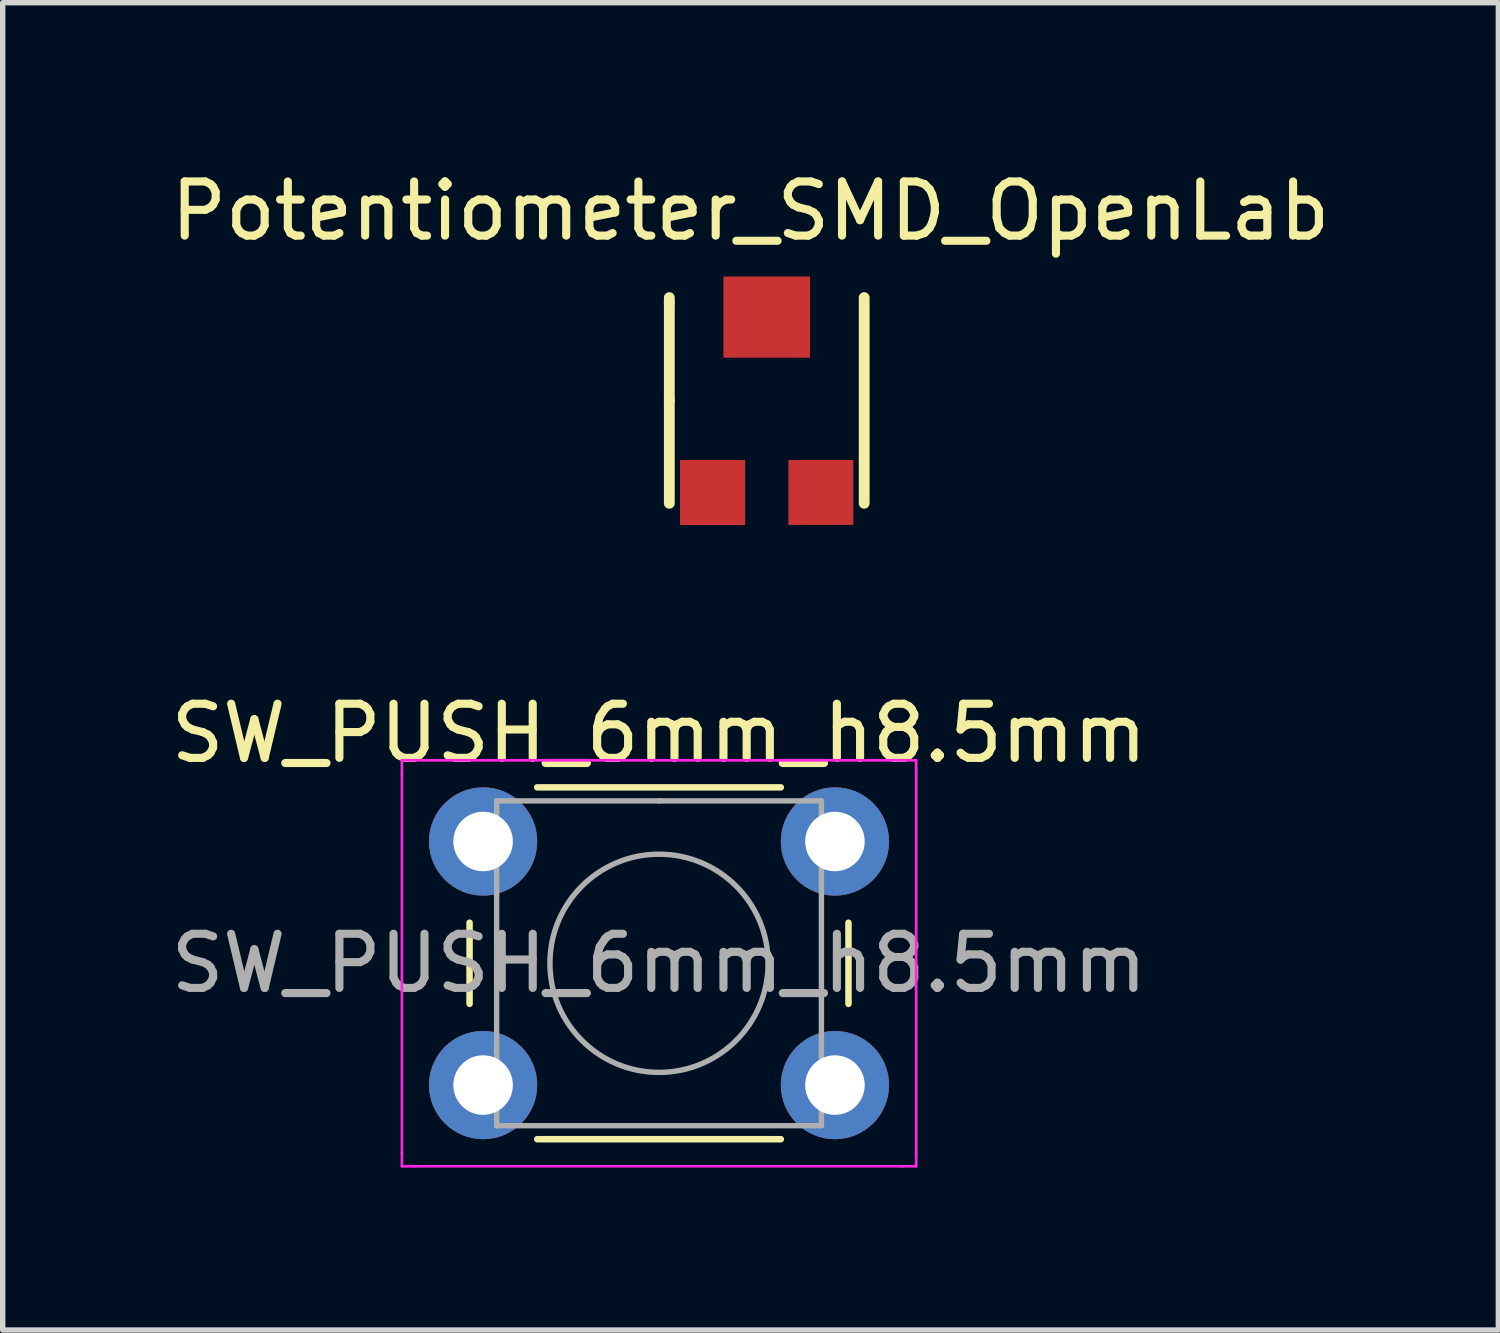
<source format=kicad_pcb>
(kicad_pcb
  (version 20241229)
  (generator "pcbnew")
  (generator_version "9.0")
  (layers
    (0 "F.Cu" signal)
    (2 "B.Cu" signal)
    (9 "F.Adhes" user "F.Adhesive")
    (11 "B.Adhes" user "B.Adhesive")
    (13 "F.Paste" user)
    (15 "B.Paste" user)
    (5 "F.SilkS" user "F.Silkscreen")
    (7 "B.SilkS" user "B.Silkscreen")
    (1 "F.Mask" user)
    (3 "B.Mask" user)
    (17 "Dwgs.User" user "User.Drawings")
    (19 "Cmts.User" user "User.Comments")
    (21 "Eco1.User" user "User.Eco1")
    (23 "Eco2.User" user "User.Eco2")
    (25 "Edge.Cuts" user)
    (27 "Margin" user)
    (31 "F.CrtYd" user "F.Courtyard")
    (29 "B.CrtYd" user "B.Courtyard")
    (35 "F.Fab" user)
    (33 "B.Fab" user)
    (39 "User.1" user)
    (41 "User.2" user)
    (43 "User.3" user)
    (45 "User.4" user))
  (footprint "Potentiometer_SMD_OpenLab"
    (layer "F.Cu")
    (at 11.115 4.848)
    (property "Reference" "Potentiometer_SMD_OpenLab" (at -0.3 -4 0) (layer "F.SilkS") (effects (font (size 1 1) (thickness 0.15))))
    (attr through_hole)
    (fp_line (start -1.8 -2.4) (end -1.8 -2.3) (stroke (width 0.2) (type solid)) (layer "F.SilkS"))
    (fp_line (start -1.8 -2.3) (end -1.8 -2.4) (stroke (width 0.05) (type solid)) (layer "F.SilkS"))
    (fp_line (start -1.8 -2.3) (end -1.8 -2.4) (stroke (width 0.05) (type solid)) (layer "F.SilkS"))
    (fp_line (start -1.8 -2.3) (end -1.8 -2.4) (stroke (width 0.05) (type solid)) (layer "F.SilkS"))
    (fp_line (start -1.8 -2.3) (end -1.8 -2.4) (stroke (width 0.05) (type solid)) (layer "F.SilkS"))
    (fp_line (start -1.8 -0.5) (end -1.8 -2.3) (stroke (width 0.05) (type solid)) (layer "F.SilkS"))
    (fp_line (start -1.8 -0.5) (end -1.8 -2.3) (stroke (width 0.05) (type solid)) (layer "F.SilkS"))
    (fp_line (start -1.8 -0.5) (end -1.8 -2.3) (stroke (width 0.05) (type solid)) (layer "F.SilkS"))
    (fp_line (start -1.8 -0.5) (end -1.8 -2.3) (stroke (width 0.2) (type solid)) (layer "F.SilkS"))
    (fp_line (start -1.8 -0.5) (end -1.8 1.4) (stroke (width 0.05) (type solid)) (layer "F.SilkS"))
    (fp_line (start -1.8 -0.5) (end -1.8 1.4) (stroke (width 0.2) (type solid)) (layer "F.SilkS"))
    (fp_line (start 1.8 -2.4) (end 1.8 1.4) (stroke (width 0.2) (type solid)) (layer "F.SilkS"))
    (pad "1" smd rect (at -1 1.2) (size 1.2 1.2) (layers "F.Cu" "F.Mask" "F.Paste"))
    (pad "1" smd rect (at -1 1.2) (size 1.2 1.2) (layers "F.Cu" "F.Mask" "F.Paste"))
    (pad "2" smd rect (at 0 -2.04) (size 1.6 1.5) (layers "F.Cu" "F.Mask" "F.Paste"))
    (pad "3" smd rect (at 1 1.2) (size 1.2 1.2) (layers "F.Cu" "F.Mask" "F.Paste")))
  (footprint "SW_PUSH_6mm_h8.5mm"
    (layer "F.Cu")
    (at 5.875 12.496)
    (property "Reference" "SW_PUSH_6mm_h8.5mm" (at 3.25 -2 0) (layer "F.SilkS") (effects (font (size 1 1) (thickness 0.15))))
    (attr through_hole)
    (fp_line (start -0.25 1.5) (end -0.25 3) (stroke (width 0.12) (type solid)) (layer "F.SilkS"))
    (fp_line (start 1 5.5) (end 5.5 5.5) (stroke (width 0.12) (type solid)) (layer "F.SilkS"))
    (fp_line (start 5.5 -1) (end 1 -1) (stroke (width 0.12) (type solid)) (layer "F.SilkS"))
    (fp_line (start 6.75 3) (end 6.75 1.5) (stroke (width 0.12) (type solid)) (layer "F.SilkS"))
    (fp_line (start -1.5 -1.5) (end -1.25 -1.5) (stroke (width 0.05) (type solid)) (layer "F.CrtYd"))
    (fp_line (start -1.5 -1.25) (end -1.5 -1.5) (stroke (width 0.05) (type solid)) (layer "F.CrtYd"))
    (fp_line (start -1.5 5.75) (end -1.5 -1.25) (stroke (width 0.05) (type solid)) (layer "F.CrtYd"))
    (fp_line (start -1.5 5.75) (end -1.5 6) (stroke (width 0.05) (type solid)) (layer "F.CrtYd"))
    (fp_line (start -1.5 6) (end -1.25 6) (stroke (width 0.05) (type solid)) (layer "F.CrtYd"))
    (fp_line (start -1.25 -1.5) (end 7.75 -1.5) (stroke (width 0.05) (type solid)) (layer "F.CrtYd"))
    (fp_line (start 7.75 -1.5) (end 8 -1.5) (stroke (width 0.05) (type solid)) (layer "F.CrtYd"))
    (fp_line (start 7.75 6) (end -1.25 6) (stroke (width 0.05) (type solid)) (layer "F.CrtYd"))
    (fp_line (start 7.75 6) (end 8 6) (stroke (width 0.05) (type solid)) (layer "F.CrtYd"))
    (fp_line (start 8 -1.5) (end 8 -1.25) (stroke (width 0.05) (type solid)) (layer "F.CrtYd"))
    (fp_line (start 8 -1.25) (end 8 5.75) (stroke (width 0.05) (type solid)) (layer "F.CrtYd"))
    (fp_line (start 8 6) (end 8 5.75) (stroke (width 0.05) (type solid)) (layer "F.CrtYd"))
    (fp_line (start 0.25 -0.75) (end 3.25 -0.75) (stroke (width 0.1) (type solid)) (layer "F.Fab"))
    (fp_line (start 0.25 5.25) (end 0.25 -0.75) (stroke (width 0.1) (type solid)) (layer "F.Fab"))
    (fp_line (start 3.25 -0.75) (end 6.25 -0.75) (stroke (width 0.1) (type solid)) (layer "F.Fab"))
    (fp_line (start 6.25 -0.75) (end 6.25 5.25) (stroke (width 0.1) (type solid)) (layer "F.Fab"))
    (fp_line (start 6.25 5.25) (end 0.25 5.25) (stroke (width 0.1) (type solid)) (layer "F.Fab"))
    (fp_circle (center 3.25 2.25) (end 1.25 2.5) (stroke (width 0.1) (type solid)) (fill no) (layer "F.Fab"))
    (fp_text user "${REFERENCE}" (at 3.25 2.25 0) (layer "F.Fab") (effects (font (size 1 1) (thickness 0.15))))
    (pad "1" thru_hole circle (at 0 0 90) (size 2 2) (drill 1.1) (layers "*.Cu" "*.Mask"))
    (pad "1" thru_hole circle (at 6.5 0 90) (size 2 2) (drill 1.1) (layers "*.Cu" "*.Mask"))
    (pad "2" thru_hole circle (at 0 4.5 90) (size 2 2) (drill 1.1) (layers "*.Cu" "*.Mask"))
    (pad "2" thru_hole circle (at 6.5 4.5 90) (size 2 2) (drill 1.1) (layers "*.Cu" "*.Mask")))
  (gr_rect
    (start -3 -3)
    (end 24.631 21.521)
    (stroke (width 0.1) (type default))
    (fill no)
    (layer "Edge.Cuts")))
</source>
